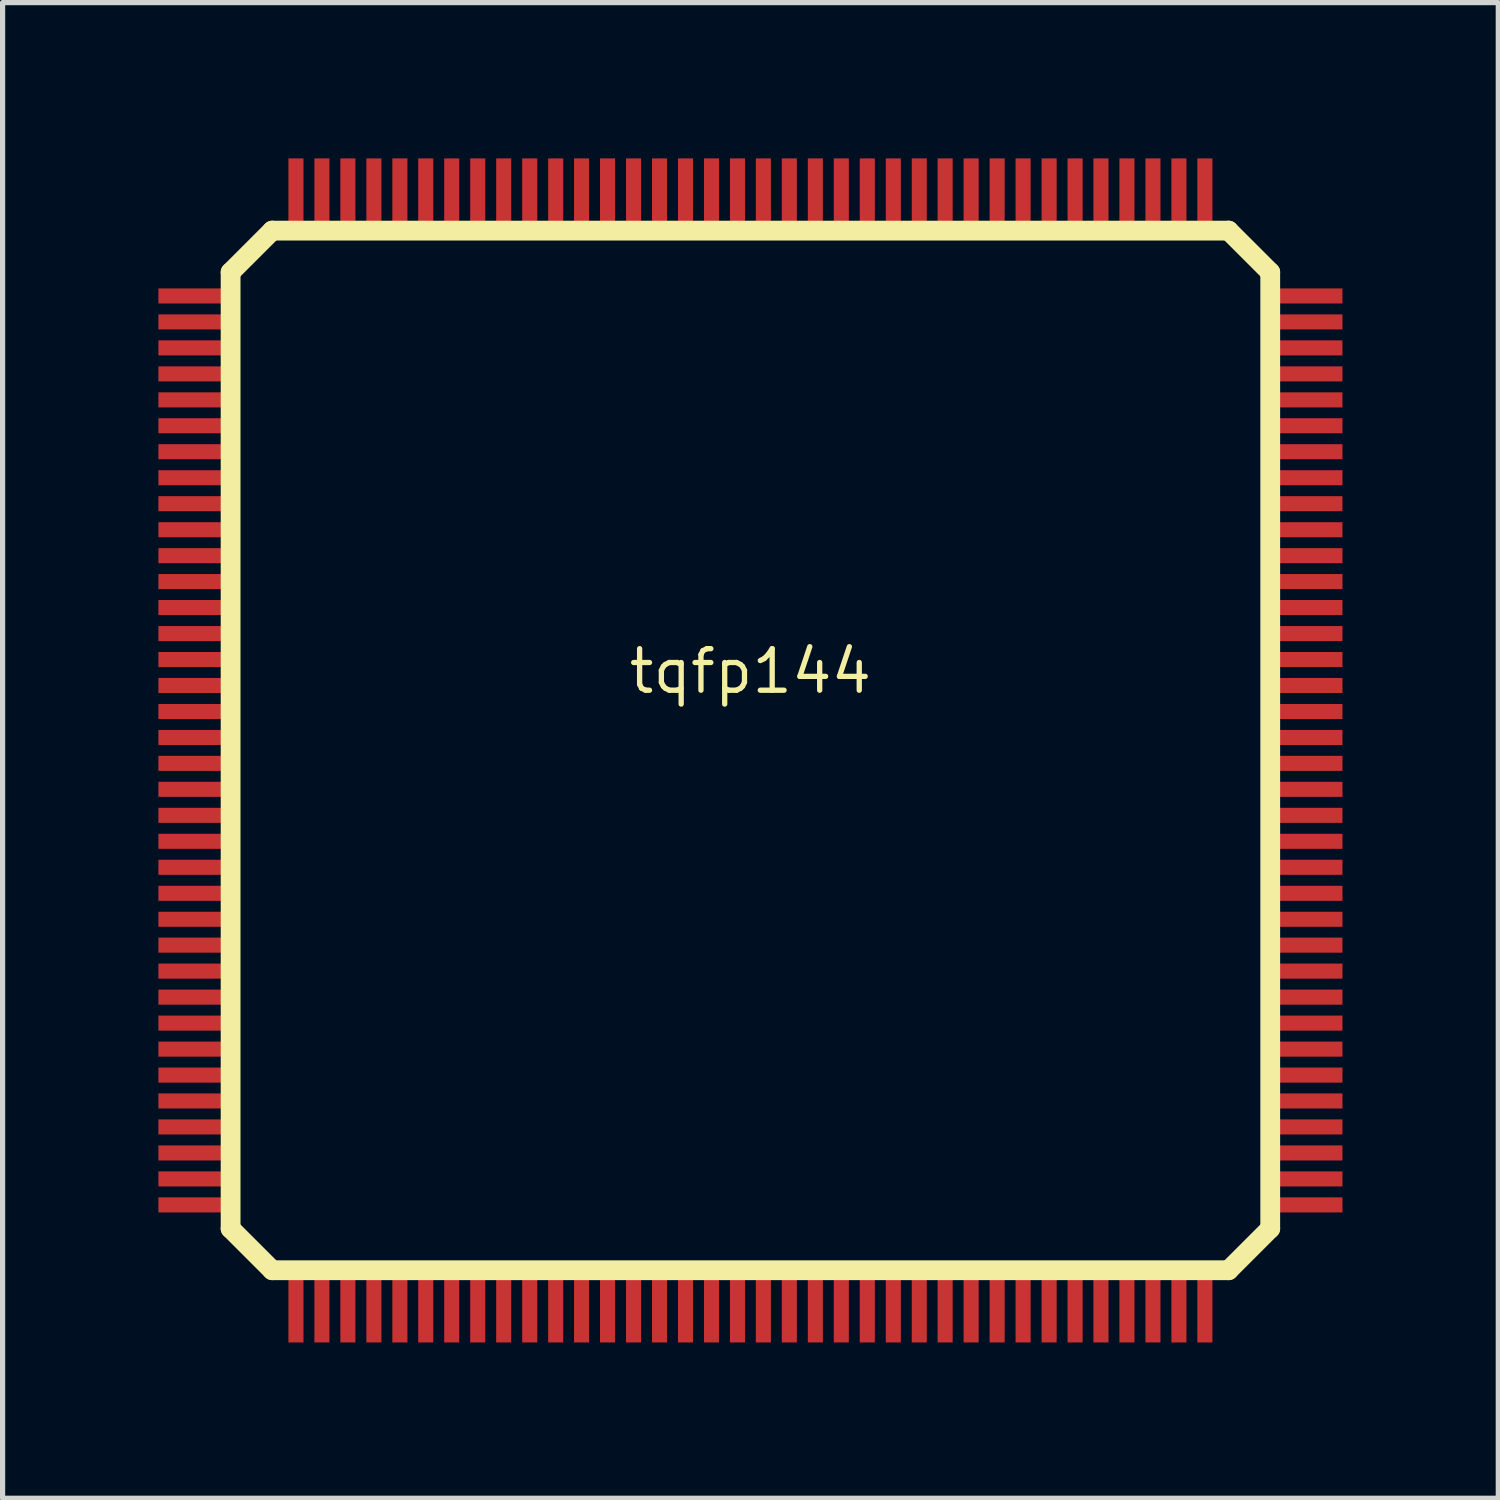
<source format=kicad_pcb>
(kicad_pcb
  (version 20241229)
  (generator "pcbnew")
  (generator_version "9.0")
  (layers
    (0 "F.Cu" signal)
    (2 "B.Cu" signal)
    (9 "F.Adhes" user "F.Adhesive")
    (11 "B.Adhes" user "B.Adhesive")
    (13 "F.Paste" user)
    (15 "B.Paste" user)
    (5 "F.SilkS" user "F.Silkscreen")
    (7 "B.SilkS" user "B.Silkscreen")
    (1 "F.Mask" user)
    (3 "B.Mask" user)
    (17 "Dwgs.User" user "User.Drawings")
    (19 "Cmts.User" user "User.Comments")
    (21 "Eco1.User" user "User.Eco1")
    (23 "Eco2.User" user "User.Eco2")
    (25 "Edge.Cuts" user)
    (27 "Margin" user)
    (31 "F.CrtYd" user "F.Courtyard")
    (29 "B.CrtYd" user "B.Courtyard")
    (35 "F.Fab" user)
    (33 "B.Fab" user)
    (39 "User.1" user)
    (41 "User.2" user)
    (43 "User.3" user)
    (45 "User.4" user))
  (footprint "tqfp144"
    (layer "F.Cu")
    (at 11.398 11.398)
    (property "Reference" "tqfp144" (at 0 -1.524 0) (layer "F.SilkS") (effects (font (size 0.8 0.8) (thickness 0.102))))
    (attr through_hole)
    (fp_line (start -10.008 -9.207) (end -10.008 9.207) (stroke (width 0.381) (type solid)) (layer "F.SilkS"))
    (fp_line (start -10.008 9.207) (end -9.207 10.008) (stroke (width 0.381) (type solid)) (layer "F.SilkS"))
    (fp_line (start -9.207 -10.008) (end -10.008 -9.207) (stroke (width 0.381) (type solid)) (layer "F.SilkS"))
    (fp_line (start -9.207 10.008) (end 9.207 10.008) (stroke (width 0.381) (type solid)) (layer "F.SilkS"))
    (fp_line (start 9.207 -10.008) (end -9.207 -10.008) (stroke (width 0.381) (type solid)) (layer "F.SilkS"))
    (fp_line (start 9.207 10.008) (end 10.008 9.207) (stroke (width 0.381) (type solid)) (layer "F.SilkS"))
    (fp_line (start 10.008 -9.207) (end 9.207 -10.008) (stroke (width 0.381) (type solid)) (layer "F.SilkS"))
    (fp_line (start 10.008 9.207) (end 10.008 -9.207) (stroke (width 0.381) (type solid)) (layer "F.SilkS"))
    (pad "1" smd rect (at -10.724 -8.75 90) (size 0.29 1.349) (layers "F.Cu" "F.Mask" "F.Paste"))
    (pad "2" smd rect (at -10.724 -8.25 90) (size 0.29 1.349) (layers "F.Cu" "F.Mask" "F.Paste"))
    (pad "3" smd rect (at -10.724 -7.75 90) (size 0.29 1.349) (layers "F.Cu" "F.Mask" "F.Paste"))
    (pad "4" smd rect (at -10.724 -7.249 90) (size 0.29 1.349) (layers "F.Cu" "F.Mask" "F.Paste"))
    (pad "5" smd rect (at -10.724 -6.749 90) (size 0.29 1.349) (layers "F.Cu" "F.Mask" "F.Paste"))
    (pad "6" smd rect (at -10.724 -6.251 90) (size 0.29 1.349) (layers "F.Cu" "F.Mask" "F.Paste"))
    (pad "7" smd rect (at -10.724 -5.751 90) (size 0.29 1.349) (layers "F.Cu" "F.Mask" "F.Paste"))
    (pad "8" smd rect (at -10.724 -5.25 90) (size 0.29 1.349) (layers "F.Cu" "F.Mask" "F.Paste"))
    (pad "9" smd rect (at -10.724 -4.75 90) (size 0.29 1.349) (layers "F.Cu" "F.Mask" "F.Paste"))
    (pad "10" smd rect (at -10.724 -4.249 90) (size 0.29 1.349) (layers "F.Cu" "F.Mask" "F.Paste"))
    (pad "11" smd rect (at -10.724 -3.749 90) (size 0.29 1.349) (layers "F.Cu" "F.Mask" "F.Paste"))
    (pad "12" smd rect (at -10.724 -3.251 90) (size 0.29 1.349) (layers "F.Cu" "F.Mask" "F.Paste"))
    (pad "13" smd rect (at -10.724 -2.751 90) (size 0.29 1.349) (layers "F.Cu" "F.Mask" "F.Paste"))
    (pad "14" smd rect (at -10.724 -2.25 90) (size 0.29 1.349) (layers "F.Cu" "F.Mask" "F.Paste"))
    (pad "15" smd rect (at -10.724 -1.75 90) (size 0.29 1.349) (layers "F.Cu" "F.Mask" "F.Paste"))
    (pad "16" smd rect (at -10.724 -1.25 90) (size 0.29 1.349) (layers "F.Cu" "F.Mask" "F.Paste"))
    (pad "17" smd rect (at -10.724 -0.749 90) (size 0.29 1.349) (layers "F.Cu" "F.Mask" "F.Paste"))
    (pad "18" smd rect (at -10.724 -0.249 90) (size 0.29 1.349) (layers "F.Cu" "F.Mask" "F.Paste"))
    (pad "19" smd rect (at -10.724 0.249 90) (size 0.29 1.349) (layers "F.Cu" "F.Mask" "F.Paste"))
    (pad "20" smd rect (at -10.724 0.749 90) (size 0.29 1.349) (layers "F.Cu" "F.Mask" "F.Paste"))
    (pad "21" smd rect (at -10.724 1.25 90) (size 0.29 1.349) (layers "F.Cu" "F.Mask" "F.Paste"))
    (pad "22" smd rect (at -10.724 1.75 90) (size 0.29 1.349) (layers "F.Cu" "F.Mask" "F.Paste"))
    (pad "23" smd rect (at -10.724 2.25 90) (size 0.29 1.349) (layers "F.Cu" "F.Mask" "F.Paste"))
    (pad "24" smd rect (at -10.724 2.751 90) (size 0.29 1.349) (layers "F.Cu" "F.Mask" "F.Paste"))
    (pad "25" smd rect (at -10.724 3.251 90) (size 0.29 1.349) (layers "F.Cu" "F.Mask" "F.Paste"))
    (pad "26" smd rect (at -10.724 3.749 90) (size 0.29 1.349) (layers "F.Cu" "F.Mask" "F.Paste"))
    (pad "27" smd rect (at -10.724 4.249 90) (size 0.29 1.349) (layers "F.Cu" "F.Mask" "F.Paste"))
    (pad "28" smd rect (at -10.724 4.75 90) (size 0.29 1.349) (layers "F.Cu" "F.Mask" "F.Paste"))
    (pad "29" smd rect (at -10.724 5.25 90) (size 0.29 1.349) (layers "F.Cu" "F.Mask" "F.Paste"))
    (pad "30" smd rect (at -10.724 5.751 90) (size 0.29 1.349) (layers "F.Cu" "F.Mask" "F.Paste"))
    (pad "31" smd rect (at -10.724 6.251 90) (size 0.29 1.349) (layers "F.Cu" "F.Mask" "F.Paste"))
    (pad "32" smd rect (at -10.724 6.749 90) (size 0.29 1.349) (layers "F.Cu" "F.Mask" "F.Paste"))
    (pad "33" smd rect (at -10.724 7.249 90) (size 0.29 1.349) (layers "F.Cu" "F.Mask" "F.Paste"))
    (pad "34" smd rect (at -10.724 7.75 90) (size 0.29 1.349) (layers "F.Cu" "F.Mask" "F.Paste"))
    (pad "35" smd rect (at -10.724 8.25 90) (size 0.29 1.349) (layers "F.Cu" "F.Mask" "F.Paste"))
    (pad "36" smd rect (at -10.724 8.75 90) (size 0.29 1.349) (layers "F.Cu" "F.Mask" "F.Paste"))
    (pad "37" smd rect (at -8.75 10.724) (size 0.29 1.349) (layers "F.Cu" "F.Mask" "F.Paste"))
    (pad "38" smd rect (at -8.25 10.724) (size 0.29 1.349) (layers "F.Cu" "F.Mask" "F.Paste"))
    (pad "39" smd rect (at -7.75 10.724) (size 0.29 1.349) (layers "F.Cu" "F.Mask" "F.Paste"))
    (pad "40" smd rect (at -7.249 10.724) (size 0.29 1.349) (layers "F.Cu" "F.Mask" "F.Paste"))
    (pad "41" smd rect (at -6.749 10.724) (size 0.29 1.349) (layers "F.Cu" "F.Mask" "F.Paste"))
    (pad "42" smd rect (at -6.251 10.724) (size 0.29 1.349) (layers "F.Cu" "F.Mask" "F.Paste"))
    (pad "43" smd rect (at -5.751 10.724) (size 0.29 1.349) (layers "F.Cu" "F.Mask" "F.Paste"))
    (pad "44" smd rect (at -5.25 10.724) (size 0.29 1.349) (layers "F.Cu" "F.Mask" "F.Paste"))
    (pad "45" smd rect (at -4.75 10.724) (size 0.29 1.349) (layers "F.Cu" "F.Mask" "F.Paste"))
    (pad "46" smd rect (at -4.249 10.724) (size 0.29 1.349) (layers "F.Cu" "F.Mask" "F.Paste"))
    (pad "47" smd rect (at -3.749 10.724) (size 0.29 1.349) (layers "F.Cu" "F.Mask" "F.Paste"))
    (pad "48" smd rect (at -3.251 10.724) (size 0.29 1.349) (layers "F.Cu" "F.Mask" "F.Paste"))
    (pad "49" smd rect (at -2.751 10.724) (size 0.29 1.349) (layers "F.Cu" "F.Mask" "F.Paste"))
    (pad "50" smd rect (at -2.25 10.724) (size 0.29 1.349) (layers "F.Cu" "F.Mask" "F.Paste"))
    (pad "51" smd rect (at -1.75 10.724) (size 0.29 1.349) (layers "F.Cu" "F.Mask" "F.Paste"))
    (pad "52" smd rect (at -1.25 10.724) (size 0.29 1.349) (layers "F.Cu" "F.Mask" "F.Paste"))
    (pad "53" smd rect (at -0.749 10.724) (size 0.29 1.349) (layers "F.Cu" "F.Mask" "F.Paste"))
    (pad "54" smd rect (at -0.249 10.724) (size 0.29 1.349) (layers "F.Cu" "F.Mask" "F.Paste"))
    (pad "55" smd rect (at 0.249 10.724) (size 0.29 1.349) (layers "F.Cu" "F.Mask" "F.Paste"))
    (pad "56" smd rect (at 0.749 10.724) (size 0.29 1.349) (layers "F.Cu" "F.Mask" "F.Paste"))
    (pad "57" smd rect (at 1.25 10.724) (size 0.29 1.349) (layers "F.Cu" "F.Mask" "F.Paste"))
    (pad "58" smd rect (at 1.75 10.724) (size 0.29 1.349) (layers "F.Cu" "F.Mask" "F.Paste"))
    (pad "59" smd rect (at 2.25 10.724) (size 0.29 1.349) (layers "F.Cu" "F.Mask" "F.Paste"))
    (pad "60" smd rect (at 2.751 10.724) (size 0.29 1.349) (layers "F.Cu" "F.Mask" "F.Paste"))
    (pad "61" smd rect (at 3.251 10.724) (size 0.29 1.349) (layers "F.Cu" "F.Mask" "F.Paste"))
    (pad "62" smd rect (at 3.749 10.724) (size 0.29 1.349) (layers "F.Cu" "F.Mask" "F.Paste"))
    (pad "63" smd rect (at 4.249 10.724) (size 0.29 1.349) (layers "F.Cu" "F.Mask" "F.Paste"))
    (pad "64" smd rect (at 4.75 10.724) (size 0.29 1.349) (layers "F.Cu" "F.Mask" "F.Paste"))
    (pad "65" smd rect (at 5.25 10.724) (size 0.29 1.349) (layers "F.Cu" "F.Mask" "F.Paste"))
    (pad "66" smd rect (at 5.751 10.724) (size 0.29 1.349) (layers "F.Cu" "F.Mask" "F.Paste"))
    (pad "67" smd rect (at 6.251 10.724) (size 0.29 1.349) (layers "F.Cu" "F.Mask" "F.Paste"))
    (pad "68" smd rect (at 6.749 10.724) (size 0.29 1.349) (layers "F.Cu" "F.Mask" "F.Paste"))
    (pad "69" smd rect (at 7.249 10.724) (size 0.29 1.349) (layers "F.Cu" "F.Mask" "F.Paste"))
    (pad "70" smd rect (at 7.75 10.724) (size 0.29 1.349) (layers "F.Cu" "F.Mask" "F.Paste"))
    (pad "71" smd rect (at 8.25 10.724) (size 0.29 1.349) (layers "F.Cu" "F.Mask" "F.Paste"))
    (pad "72" smd rect (at 8.75 10.724) (size 0.29 1.349) (layers "F.Cu" "F.Mask" "F.Paste"))
    (pad "73" smd rect (at 10.724 8.75 270) (size 0.29 1.349) (layers "F.Cu" "F.Mask" "F.Paste"))
    (pad "74" smd rect (at 10.724 8.25 270) (size 0.29 1.349) (layers "F.Cu" "F.Mask" "F.Paste"))
    (pad "75" smd rect (at 10.724 7.75 270) (size 0.29 1.349) (layers "F.Cu" "F.Mask" "F.Paste"))
    (pad "76" smd rect (at 10.724 7.249 270) (size 0.29 1.349) (layers "F.Cu" "F.Mask" "F.Paste"))
    (pad "77" smd rect (at 10.724 6.749 270) (size 0.29 1.349) (layers "F.Cu" "F.Mask" "F.Paste"))
    (pad "78" smd rect (at 10.724 6.251 270) (size 0.29 1.349) (layers "F.Cu" "F.Mask" "F.Paste"))
    (pad "79" smd rect (at 10.724 5.751 270) (size 0.29 1.349) (layers "F.Cu" "F.Mask" "F.Paste"))
    (pad "80" smd rect (at 10.724 5.25 270) (size 0.29 1.349) (layers "F.Cu" "F.Mask" "F.Paste"))
    (pad "81" smd rect (at 10.724 4.75 270) (size 0.29 1.349) (layers "F.Cu" "F.Mask" "F.Paste"))
    (pad "82" smd rect (at 10.724 4.249 270) (size 0.29 1.349) (layers "F.Cu" "F.Mask" "F.Paste"))
    (pad "83" smd rect (at 10.724 3.749 270) (size 0.29 1.349) (layers "F.Cu" "F.Mask" "F.Paste"))
    (pad "84" smd rect (at 10.724 3.251 270) (size 0.29 1.349) (layers "F.Cu" "F.Mask" "F.Paste"))
    (pad "85" smd rect (at 10.724 2.751 270) (size 0.29 1.349) (layers "F.Cu" "F.Mask" "F.Paste"))
    (pad "86" smd rect (at 10.724 2.25 270) (size 0.29 1.349) (layers "F.Cu" "F.Mask" "F.Paste"))
    (pad "87" smd rect (at 10.724 1.75 270) (size 0.29 1.349) (layers "F.Cu" "F.Mask" "F.Paste"))
    (pad "88" smd rect (at 10.724 1.25 270) (size 0.29 1.349) (layers "F.Cu" "F.Mask" "F.Paste"))
    (pad "89" smd rect (at 10.724 0.749 270) (size 0.29 1.349) (layers "F.Cu" "F.Mask" "F.Paste"))
    (pad "90" smd rect (at 10.724 0.249 270) (size 0.29 1.349) (layers "F.Cu" "F.Mask" "F.Paste"))
    (pad "91" smd rect (at 10.724 -0.249 270) (size 0.29 1.349) (layers "F.Cu" "F.Mask" "F.Paste"))
    (pad "92" smd rect (at 10.724 -0.749 270) (size 0.29 1.349) (layers "F.Cu" "F.Mask" "F.Paste"))
    (pad "93" smd rect (at 10.724 -1.25 270) (size 0.29 1.349) (layers "F.Cu" "F.Mask" "F.Paste"))
    (pad "94" smd rect (at 10.724 -1.75 270) (size 0.29 1.349) (layers "F.Cu" "F.Mask" "F.Paste"))
    (pad "95" smd rect (at 10.724 -2.25 270) (size 0.29 1.349) (layers "F.Cu" "F.Mask" "F.Paste"))
    (pad "96" smd rect (at 10.724 -2.751 270) (size 0.29 1.349) (layers "F.Cu" "F.Mask" "F.Paste"))
    (pad "97" smd rect (at 10.724 -3.251 270) (size 0.29 1.349) (layers "F.Cu" "F.Mask" "F.Paste"))
    (pad "98" smd rect (at 10.724 -3.749 270) (size 0.29 1.349) (layers "F.Cu" "F.Mask" "F.Paste"))
    (pad "99" smd rect (at 10.724 -4.249 270) (size 0.29 1.349) (layers "F.Cu" "F.Mask" "F.Paste"))
    (pad "100" smd rect (at 10.724 -4.75 270) (size 0.29 1.349) (layers "F.Cu" "F.Mask" "F.Paste"))
    (pad "101" smd rect (at 10.724 -5.25 270) (size 0.29 1.349) (layers "F.Cu" "F.Mask" "F.Paste"))
    (pad "102" smd rect (at 10.724 -5.751 270) (size 0.29 1.349) (layers "F.Cu" "F.Mask" "F.Paste"))
    (pad "103" smd rect (at 10.724 -6.251 270) (size 0.29 1.349) (layers "F.Cu" "F.Mask" "F.Paste"))
    (pad "104" smd rect (at 10.724 -6.749 270) (size 0.29 1.349) (layers "F.Cu" "F.Mask" "F.Paste"))
    (pad "105" smd rect (at 10.724 -7.249 270) (size 0.29 1.349) (layers "F.Cu" "F.Mask" "F.Paste"))
    (pad "106" smd rect (at 10.724 -7.75 270) (size 0.29 1.349) (layers "F.Cu" "F.Mask" "F.Paste"))
    (pad "107" smd rect (at 10.724 -8.25 270) (size 0.29 1.349) (layers "F.Cu" "F.Mask" "F.Paste"))
    (pad "108" smd rect (at 10.724 -8.75 270) (size 0.29 1.349) (layers "F.Cu" "F.Mask" "F.Paste"))
    (pad "109" smd rect (at 8.75 -10.724 180) (size 0.29 1.349) (layers "F.Cu" "F.Mask" "F.Paste"))
    (pad "110" smd rect (at 8.25 -10.724 180) (size 0.29 1.349) (layers "F.Cu" "F.Mask" "F.Paste"))
    (pad "111" smd rect (at 7.75 -10.724 180) (size 0.29 1.349) (layers "F.Cu" "F.Mask" "F.Paste"))
    (pad "112" smd rect (at 7.249 -10.724 180) (size 0.29 1.349) (layers "F.Cu" "F.Mask" "F.Paste"))
    (pad "113" smd rect (at 6.749 -10.724 180) (size 0.29 1.349) (layers "F.Cu" "F.Mask" "F.Paste"))
    (pad "114" smd rect (at 6.251 -10.724 180) (size 0.29 1.349) (layers "F.Cu" "F.Mask" "F.Paste"))
    (pad "115" smd rect (at 5.751 -10.724 180) (size 0.29 1.349) (layers "F.Cu" "F.Mask" "F.Paste"))
    (pad "116" smd rect (at 5.25 -10.724 180) (size 0.29 1.349) (layers "F.Cu" "F.Mask" "F.Paste"))
    (pad "117" smd rect (at 4.75 -10.724 180) (size 0.29 1.349) (layers "F.Cu" "F.Mask" "F.Paste"))
    (pad "118" smd rect (at 4.249 -10.724 180) (size 0.29 1.349) (layers "F.Cu" "F.Mask" "F.Paste"))
    (pad "119" smd rect (at 3.749 -10.724 180) (size 0.29 1.349) (layers "F.Cu" "F.Mask" "F.Paste"))
    (pad "120" smd rect (at 3.251 -10.724 180) (size 0.29 1.349) (layers "F.Cu" "F.Mask" "F.Paste"))
    (pad "121" smd rect (at 2.751 -10.724 180) (size 0.29 1.349) (layers "F.Cu" "F.Mask" "F.Paste"))
    (pad "122" smd rect (at 2.25 -10.724 180) (size 0.29 1.349) (layers "F.Cu" "F.Mask" "F.Paste"))
    (pad "123" smd rect (at 1.75 -10.724 180) (size 0.29 1.349) (layers "F.Cu" "F.Mask" "F.Paste"))
    (pad "124" smd rect (at 1.25 -10.724 180) (size 0.29 1.349) (layers "F.Cu" "F.Mask" "F.Paste"))
    (pad "125" smd rect (at 0.749 -10.724 180) (size 0.29 1.349) (layers "F.Cu" "F.Mask" "F.Paste"))
    (pad "126" smd rect (at 0.249 -10.724 180) (size 0.29 1.349) (layers "F.Cu" "F.Mask" "F.Paste"))
    (pad "127" smd rect (at -0.249 -10.724 180) (size 0.29 1.349) (layers "F.Cu" "F.Mask" "F.Paste"))
    (pad "128" smd rect (at -0.749 -10.724 180) (size 0.29 1.349) (layers "F.Cu" "F.Mask" "F.Paste"))
    (pad "129" smd rect (at -1.25 -10.724 180) (size 0.29 1.349) (layers "F.Cu" "F.Mask" "F.Paste"))
    (pad "130" smd rect (at -1.75 -10.724 180) (size 0.29 1.349) (layers "F.Cu" "F.Mask" "F.Paste"))
    (pad "131" smd rect (at -2.25 -10.724 180) (size 0.29 1.349) (layers "F.Cu" "F.Mask" "F.Paste"))
    (pad "132" smd rect (at -2.751 -10.724 180) (size 0.29 1.349) (layers "F.Cu" "F.Mask" "F.Paste"))
    (pad "133" smd rect (at -3.251 -10.724 180) (size 0.29 1.349) (layers "F.Cu" "F.Mask" "F.Paste"))
    (pad "134" smd rect (at -3.749 -10.724 180) (size 0.29 1.349) (layers "F.Cu" "F.Mask" "F.Paste"))
    (pad "135" smd rect (at -4.249 -10.724 180) (size 0.29 1.349) (layers "F.Cu" "F.Mask" "F.Paste"))
    (pad "136" smd rect (at -4.75 -10.724 180) (size 0.29 1.349) (layers "F.Cu" "F.Mask" "F.Paste"))
    (pad "137" smd rect (at -5.25 -10.724 180) (size 0.29 1.349) (layers "F.Cu" "F.Mask" "F.Paste"))
    (pad "138" smd rect (at -5.751 -10.724 180) (size 0.29 1.349) (layers "F.Cu" "F.Mask" "F.Paste"))
    (pad "139" smd rect (at -6.251 -10.724 180) (size 0.29 1.349) (layers "F.Cu" "F.Mask" "F.Paste"))
    (pad "140" smd rect (at -6.749 -10.724 180) (size 0.29 1.349) (layers "F.Cu" "F.Mask" "F.Paste"))
    (pad "141" smd rect (at -7.249 -10.724 180) (size 0.29 1.349) (layers "F.Cu" "F.Mask" "F.Paste"))
    (pad "142" smd rect (at -7.75 -10.724 180) (size 0.29 1.349) (layers "F.Cu" "F.Mask" "F.Paste"))
    (pad "143" smd rect (at -8.25 -10.724 180) (size 0.29 1.349) (layers "F.Cu" "F.Mask" "F.Paste"))
    (pad "144" smd rect (at -8.75 -10.724 180) (size 0.29 1.349) (layers "F.Cu" "F.Mask" "F.Paste")))
  (gr_rect
    (start -3 -3)
    (end 25.797 25.797)
    (stroke (width 0.1) (type default))
    (fill no)
    (layer "Edge.Cuts")))
</source>
